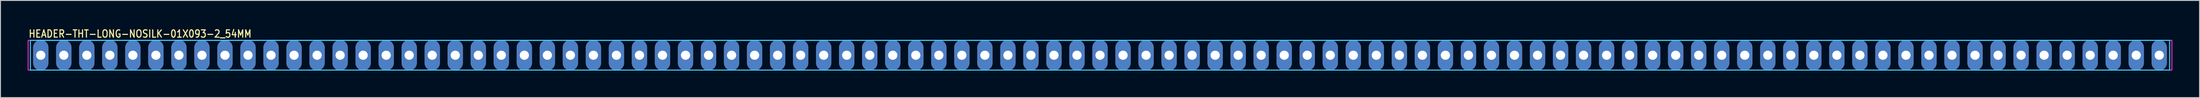
<source format=kicad_pcb>
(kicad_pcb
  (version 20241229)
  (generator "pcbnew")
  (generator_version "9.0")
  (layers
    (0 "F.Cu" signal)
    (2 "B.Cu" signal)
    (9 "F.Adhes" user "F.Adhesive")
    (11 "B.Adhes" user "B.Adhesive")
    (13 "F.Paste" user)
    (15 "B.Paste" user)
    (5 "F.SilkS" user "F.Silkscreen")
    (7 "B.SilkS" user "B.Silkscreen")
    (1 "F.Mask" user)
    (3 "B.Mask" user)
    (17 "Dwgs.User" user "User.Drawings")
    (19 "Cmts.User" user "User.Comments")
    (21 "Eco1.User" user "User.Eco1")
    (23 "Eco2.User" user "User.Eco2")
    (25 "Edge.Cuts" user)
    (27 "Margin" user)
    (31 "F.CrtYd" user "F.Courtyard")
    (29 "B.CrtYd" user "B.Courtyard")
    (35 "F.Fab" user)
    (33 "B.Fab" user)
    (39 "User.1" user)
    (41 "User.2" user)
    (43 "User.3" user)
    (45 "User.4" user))
  (footprint "HEADER-THT-LONG-NOSILK-01X093-2_54MM"
    (layer "F.Cu")
    (at 1.447 3.079)
    (property "Reference" "HEADER-THT-LONG-NOSILK-01X093-2_54MM" (at -1.4 -1.9 0) (unlocked yes) (layer "F.SilkS") (effects (font (size 0.813 0.695) (thickness 0.122)) (justify left bottom)))
    (fp_poly (pts (xy -1.143 -1.651) (xy 234.823 -1.651) (xy 234.823 1.651) (xy -1.143 1.651)) (stroke (width 0.1) (type solid)) (fill no) (layer "B.CrtYd"))
    (fp_poly (pts (xy -1.397 -1.651) (xy 235.077 -1.651) (xy 235.077 1.651) (xy -1.397 1.651)) (stroke (width 0.1) (type solid)) (fill no) (layer "F.CrtYd"))
    (pad "P$1" thru_hole oval (at 0 0 90) (size 3.387 1.693) (drill 1.016) (layers "*.Cu" "*.Mask"))
    (pad "P$2" thru_hole oval (at 2.54 0 90) (size 3.387 1.693) (drill 1.016) (layers "*.Cu" "*.Mask"))
    (pad "P$3" thru_hole oval (at 5.08 0 90) (size 3.387 1.693) (drill 1.016) (layers "*.Cu" "*.Mask"))
    (pad "P$4" thru_hole oval (at 7.62 0 90) (size 3.387 1.693) (drill 1.016) (layers "*.Cu" "*.Mask"))
    (pad "P$5" thru_hole oval (at 10.16 0 90) (size 3.387 1.693) (drill 1.016) (layers "*.Cu" "*.Mask"))
    (pad "P$6" thru_hole oval (at 12.7 0 90) (size 3.387 1.693) (drill 1.016) (layers "*.Cu" "*.Mask"))
    (pad "P$7" thru_hole oval (at 15.24 0 90) (size 3.387 1.693) (drill 1.016) (layers "*.Cu" "*.Mask"))
    (pad "P$8" thru_hole oval (at 17.78 0 90) (size 3.387 1.693) (drill 1.016) (layers "*.Cu" "*.Mask"))
    (pad "P$9" thru_hole oval (at 20.32 0 90) (size 3.387 1.693) (drill 1.016) (layers "*.Cu" "*.Mask"))
    (pad "P$10" thru_hole oval (at 22.86 0 90) (size 3.387 1.693) (drill 1.016) (layers "*.Cu" "*.Mask"))
    (pad "P$11" thru_hole oval (at 25.4 0 90) (size 3.387 1.693) (drill 1.016) (layers "*.Cu" "*.Mask"))
    (pad "P$12" thru_hole oval (at 27.94 0 90) (size 3.387 1.693) (drill 1.016) (layers "*.Cu" "*.Mask"))
    (pad "P$13" thru_hole oval (at 30.48 0 90) (size 3.387 1.693) (drill 1.016) (layers "*.Cu" "*.Mask"))
    (pad "P$14" thru_hole oval (at 33.02 0 90) (size 3.387 1.693) (drill 1.016) (layers "*.Cu" "*.Mask"))
    (pad "P$15" thru_hole oval (at 35.56 0 90) (size 3.387 1.693) (drill 1.016) (layers "*.Cu" "*.Mask"))
    (pad "P$16" thru_hole oval (at 38.1 0 90) (size 3.387 1.693) (drill 1.016) (layers "*.Cu" "*.Mask"))
    (pad "P$17" thru_hole oval (at 40.64 0 90) (size 3.387 1.693) (drill 1.016) (layers "*.Cu" "*.Mask"))
    (pad "P$18" thru_hole oval (at 43.18 0 90) (size 3.387 1.693) (drill 1.016) (layers "*.Cu" "*.Mask"))
    (pad "P$19" thru_hole oval (at 45.72 0 90) (size 3.387 1.693) (drill 1.016) (layers "*.Cu" "*.Mask"))
    (pad "P$20" thru_hole oval (at 48.26 0 90) (size 3.387 1.693) (drill 1.016) (layers "*.Cu" "*.Mask"))
    (pad "P$21" thru_hole oval (at 50.8 0 90) (size 3.387 1.693) (drill 1.016) (layers "*.Cu" "*.Mask"))
    (pad "P$22" thru_hole oval (at 53.34 0 90) (size 3.387 1.693) (drill 1.016) (layers "*.Cu" "*.Mask"))
    (pad "P$23" thru_hole oval (at 55.88 0 90) (size 3.387 1.693) (drill 1.016) (layers "*.Cu" "*.Mask"))
    (pad "P$24" thru_hole oval (at 58.42 0 90) (size 3.387 1.693) (drill 1.016) (layers "*.Cu" "*.Mask"))
    (pad "P$25" thru_hole oval (at 60.96 0 90) (size 3.387 1.693) (drill 1.016) (layers "*.Cu" "*.Mask"))
    (pad "P$26" thru_hole oval (at 63.5 0 90) (size 3.387 1.693) (drill 1.016) (layers "*.Cu" "*.Mask"))
    (pad "P$27" thru_hole oval (at 66.04 0 90) (size 3.387 1.693) (drill 1.016) (layers "*.Cu" "*.Mask"))
    (pad "P$28" thru_hole oval (at 68.58 0 90) (size 3.387 1.693) (drill 1.016) (layers "*.Cu" "*.Mask"))
    (pad "P$29" thru_hole oval (at 71.12 0 90) (size 3.387 1.693) (drill 1.016) (layers "*.Cu" "*.Mask"))
    (pad "P$30" thru_hole oval (at 73.66 0 90) (size 3.387 1.693) (drill 1.016) (layers "*.Cu" "*.Mask"))
    (pad "P$31" thru_hole oval (at 76.2 0 90) (size 3.387 1.693) (drill 1.016) (layers "*.Cu" "*.Mask"))
    (pad "P$32" thru_hole oval (at 78.74 0 90) (size 3.387 1.693) (drill 1.016) (layers "*.Cu" "*.Mask"))
    (pad "P$33" thru_hole oval (at 81.28 0 90) (size 3.387 1.693) (drill 1.016) (layers "*.Cu" "*.Mask"))
    (pad "P$34" thru_hole oval (at 83.82 0 90) (size 3.387 1.693) (drill 1.016) (layers "*.Cu" "*.Mask"))
    (pad "P$35" thru_hole oval (at 86.36 0 90) (size 3.387 1.693) (drill 1.016) (layers "*.Cu" "*.Mask"))
    (pad "P$36" thru_hole oval (at 88.9 0 90) (size 3.387 1.693) (drill 1.016) (layers "*.Cu" "*.Mask"))
    (pad "P$37" thru_hole oval (at 91.44 0 90) (size 3.387 1.693) (drill 1.016) (layers "*.Cu" "*.Mask"))
    (pad "P$38" thru_hole oval (at 93.98 0 90) (size 3.387 1.693) (drill 1.016) (layers "*.Cu" "*.Mask"))
    (pad "P$39" thru_hole oval (at 96.52 0 90) (size 3.387 1.693) (drill 1.016) (layers "*.Cu" "*.Mask"))
    (pad "P$40" thru_hole oval (at 99.06 0 90) (size 3.387 1.693) (drill 1.016) (layers "*.Cu" "*.Mask"))
    (pad "P$41" thru_hole oval (at 101.6 0 90) (size 3.387 1.693) (drill 1.016) (layers "*.Cu" "*.Mask"))
    (pad "P$42" thru_hole oval (at 104.14 0 90) (size 3.387 1.693) (drill 1.016) (layers "*.Cu" "*.Mask"))
    (pad "P$43" thru_hole oval (at 106.68 0 90) (size 3.387 1.693) (drill 1.016) (layers "*.Cu" "*.Mask"))
    (pad "P$44" thru_hole oval (at 109.22 0 90) (size 3.387 1.693) (drill 1.016) (layers "*.Cu" "*.Mask"))
    (pad "P$45" thru_hole oval (at 111.76 0 90) (size 3.387 1.693) (drill 1.016) (layers "*.Cu" "*.Mask"))
    (pad "P$46" thru_hole oval (at 114.3 0 90) (size 3.387 1.693) (drill 1.016) (layers "*.Cu" "*.Mask"))
    (pad "P$47" thru_hole oval (at 116.84 0 90) (size 3.387 1.693) (drill 1.016) (layers "*.Cu" "*.Mask"))
    (pad "P$48" thru_hole oval (at 119.38 0 90) (size 3.387 1.693) (drill 1.016) (layers "*.Cu" "*.Mask"))
    (pad "P$49" thru_hole oval (at 121.92 0 90) (size 3.387 1.693) (drill 1.016) (layers "*.Cu" "*.Mask"))
    (pad "P$50" thru_hole oval (at 124.46 0 90) (size 3.387 1.693) (drill 1.016) (layers "*.Cu" "*.Mask"))
    (pad "P$51" thru_hole oval (at 127 0 90) (size 3.387 1.693) (drill 1.016) (layers "*.Cu" "*.Mask"))
    (pad "P$52" thru_hole oval (at 129.54 0 90) (size 3.387 1.693) (drill 1.016) (layers "*.Cu" "*.Mask"))
    (pad "P$53" thru_hole oval (at 132.08 0 90) (size 3.387 1.693) (drill 1.016) (layers "*.Cu" "*.Mask"))
    (pad "P$54" thru_hole oval (at 134.62 0 90) (size 3.387 1.693) (drill 1.016) (layers "*.Cu" "*.Mask"))
    (pad "P$55" thru_hole oval (at 137.16 0 90) (size 3.387 1.693) (drill 1.016) (layers "*.Cu" "*.Mask"))
    (pad "P$56" thru_hole oval (at 139.7 0 90) (size 3.387 1.693) (drill 1.016) (layers "*.Cu" "*.Mask"))
    (pad "P$57" thru_hole oval (at 142.24 0 90) (size 3.387 1.693) (drill 1.016) (layers "*.Cu" "*.Mask"))
    (pad "P$58" thru_hole oval (at 144.78 0 90) (size 3.387 1.693) (drill 1.016) (layers "*.Cu" "*.Mask"))
    (pad "P$59" thru_hole oval (at 147.32 0 90) (size 3.387 1.693) (drill 1.016) (layers "*.Cu" "*.Mask"))
    (pad "P$60" thru_hole oval (at 149.86 0 90) (size 3.387 1.693) (drill 1.016) (layers "*.Cu" "*.Mask"))
    (pad "P$61" thru_hole oval (at 152.4 0 90) (size 3.387 1.693) (drill 1.016) (layers "*.Cu" "*.Mask"))
    (pad "P$62" thru_hole oval (at 154.94 0 90) (size 3.387 1.693) (drill 1.016) (layers "*.Cu" "*.Mask"))
    (pad "P$63" thru_hole oval (at 157.48 0 90) (size 3.387 1.693) (drill 1.016) (layers "*.Cu" "*.Mask"))
    (pad "P$64" thru_hole oval (at 160.02 0 90) (size 3.387 1.693) (drill 1.016) (layers "*.Cu" "*.Mask"))
    (pad "P$65" thru_hole oval (at 162.56 0 90) (size 3.387 1.693) (drill 1.016) (layers "*.Cu" "*.Mask"))
    (pad "P$66" thru_hole oval (at 165.1 0 90) (size 3.387 1.693) (drill 1.016) (layers "*.Cu" "*.Mask"))
    (pad "P$67" thru_hole oval (at 167.64 0 90) (size 3.387 1.693) (drill 1.016) (layers "*.Cu" "*.Mask"))
    (pad "P$68" thru_hole oval (at 170.18 0 90) (size 3.387 1.693) (drill 1.016) (layers "*.Cu" "*.Mask"))
    (pad "P$69" thru_hole oval (at 172.72 0 90) (size 3.387 1.693) (drill 1.016) (layers "*.Cu" "*.Mask"))
    (pad "P$70" thru_hole oval (at 175.26 0 90) (size 3.387 1.693) (drill 1.016) (layers "*.Cu" "*.Mask"))
    (pad "P$71" thru_hole oval (at 177.8 0 90) (size 3.387 1.693) (drill 1.016) (layers "*.Cu" "*.Mask"))
    (pad "P$72" thru_hole oval (at 180.34 0 90) (size 3.387 1.693) (drill 1.016) (layers "*.Cu" "*.Mask"))
    (pad "P$73" thru_hole oval (at 182.88 0 90) (size 3.387 1.693) (drill 1.016) (layers "*.Cu" "*.Mask"))
    (pad "P$74" thru_hole oval (at 185.42 0 90) (size 3.387 1.693) (drill 1.016) (layers "*.Cu" "*.Mask"))
    (pad "P$75" thru_hole oval (at 187.96 0 90) (size 3.387 1.693) (drill 1.016) (layers "*.Cu" "*.Mask"))
    (pad "P$76" thru_hole oval (at 190.5 0 90) (size 3.387 1.693) (drill 1.016) (layers "*.Cu" "*.Mask"))
    (pad "P$77" thru_hole oval (at 193.04 0 90) (size 3.387 1.693) (drill 1.016) (layers "*.Cu" "*.Mask"))
    (pad "P$78" thru_hole oval (at 195.58 0 90) (size 3.387 1.693) (drill 1.016) (layers "*.Cu" "*.Mask"))
    (pad "P$79" thru_hole oval (at 198.12 0 90) (size 3.387 1.693) (drill 1.016) (layers "*.Cu" "*.Mask"))
    (pad "P$80" thru_hole oval (at 200.66 0 90) (size 3.387 1.693) (drill 1.016) (layers "*.Cu" "*.Mask"))
    (pad "P$81" thru_hole oval (at 203.2 0 90) (size 3.387 1.693) (drill 1.016) (layers "*.Cu" "*.Mask"))
    (pad "P$82" thru_hole oval (at 205.74 0 90) (size 3.387 1.693) (drill 1.016) (layers "*.Cu" "*.Mask"))
    (pad "P$83" thru_hole oval (at 208.28 0 90) (size 3.387 1.693) (drill 1.016) (layers "*.Cu" "*.Mask"))
    (pad "P$84" thru_hole oval (at 210.82 0 90) (size 3.387 1.693) (drill 1.016) (layers "*.Cu" "*.Mask"))
    (pad "P$85" thru_hole oval (at 213.36 0 90) (size 3.387 1.693) (drill 1.016) (layers "*.Cu" "*.Mask"))
    (pad "P$86" thru_hole oval (at 215.9 0 90) (size 3.387 1.693) (drill 1.016) (layers "*.Cu" "*.Mask"))
    (pad "P$87" thru_hole oval (at 218.44 0 90) (size 3.387 1.693) (drill 1.016) (layers "*.Cu" "*.Mask"))
    (pad "P$88" thru_hole oval (at 220.98 0 90) (size 3.387 1.693) (drill 1.016) (layers "*.Cu" "*.Mask"))
    (pad "P$89" thru_hole oval (at 223.52 0 90) (size 3.387 1.693) (drill 1.016) (layers "*.Cu" "*.Mask"))
    (pad "P$90" thru_hole oval (at 226.06 0 90) (size 3.387 1.693) (drill 1.016) (layers "*.Cu" "*.Mask"))
    (pad "P$91" thru_hole oval (at 228.6 0 90) (size 3.387 1.693) (drill 1.016) (layers "*.Cu" "*.Mask"))
    (pad "P$92" thru_hole oval (at 231.14 0 90) (size 3.387 1.693) (drill 1.016) (layers "*.Cu" "*.Mask"))
    (pad "P$93" thru_hole oval (at 233.68 0 90) (size 3.387 1.693) (drill 1.016) (layers "*.Cu" "*.Mask")))
  (gr_rect
    (start -3 -3)
    (end 239.574 7.78)
    (stroke (width 0.1) (type default))
    (fill no)
    (layer "Edge.Cuts")))
</source>
